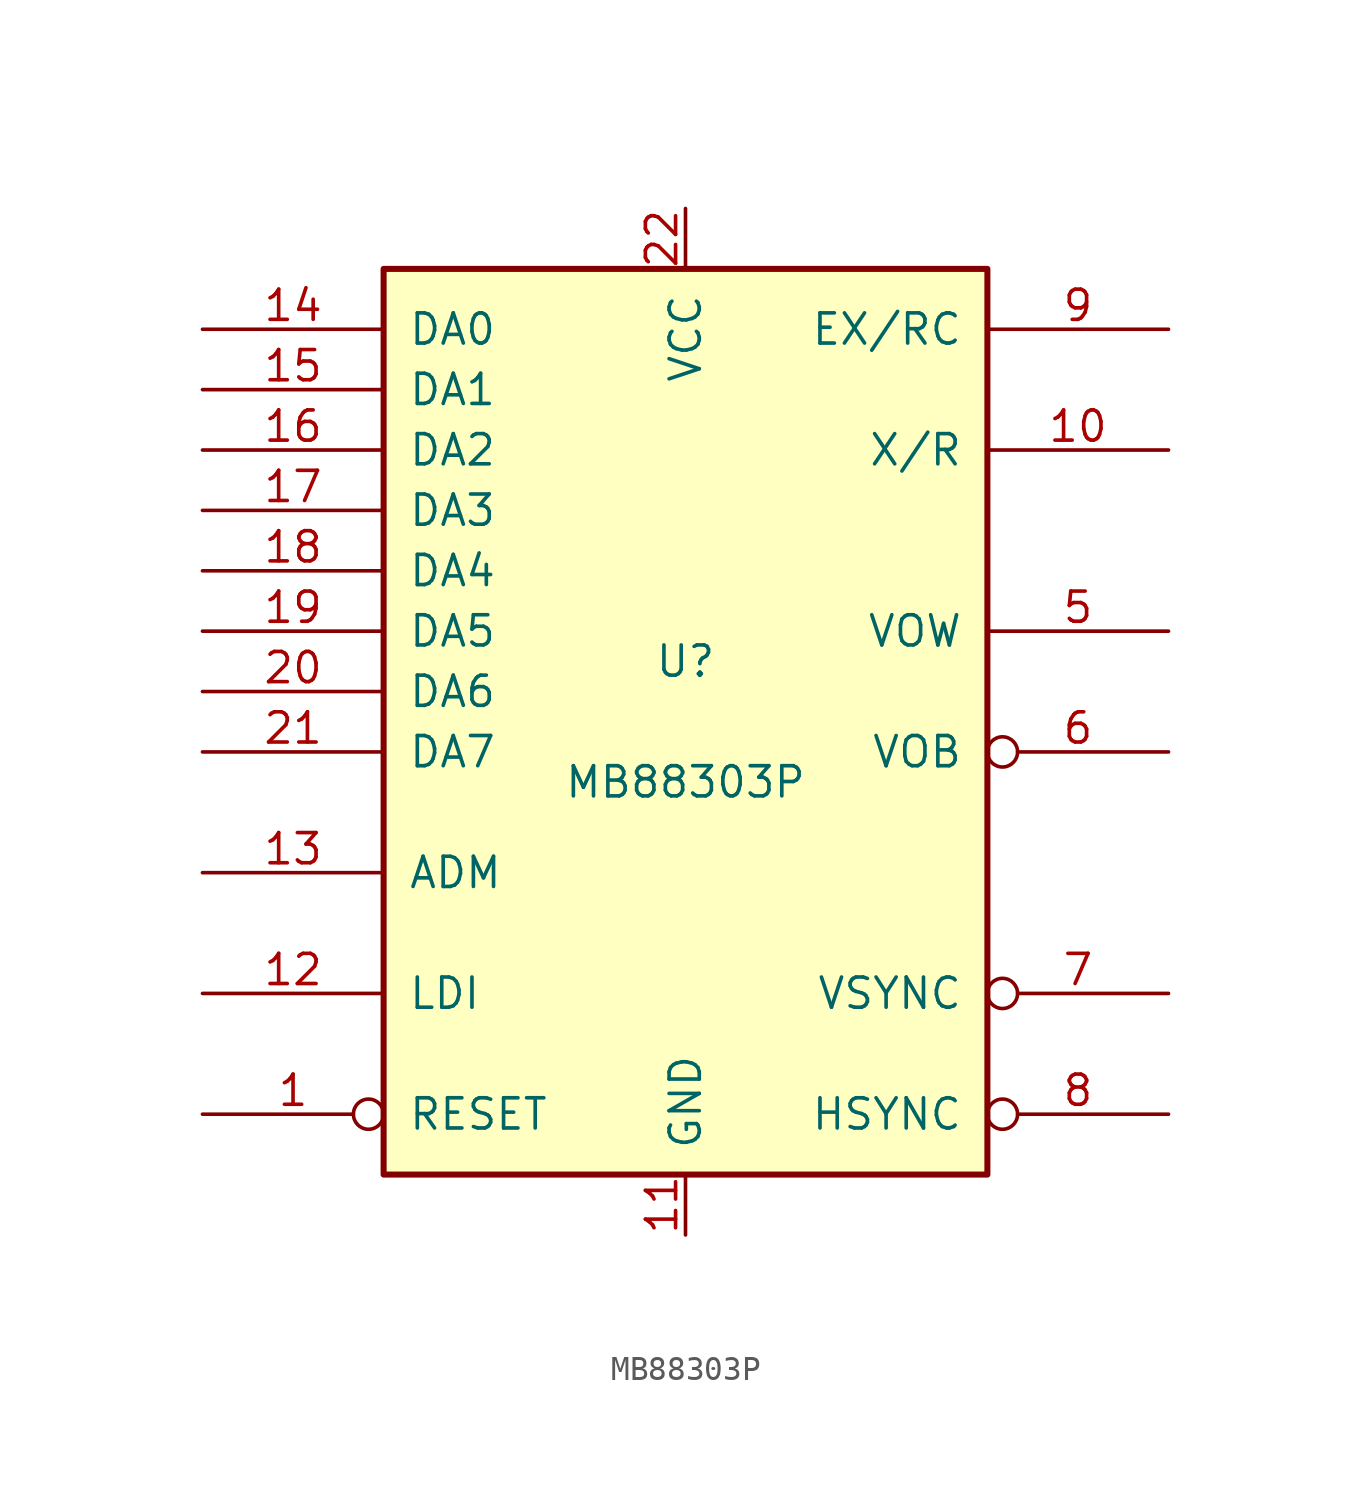
<source format=kicad_sym>
(kicad_symbol_lib
  (version 20211014)
  (generator kicad_symbol_editor)
  (symbol "MB88303P"
    (pin_names
      (offset 1.016))
    (property "Reference" "U"
      (at 0 2.54 0)
      (effects (font (size 1.27 1.27))))
    (property "Value" "MB88303P"
      (at 0 -2.54 0)
      (effects (font (size 1.27 1.27))))
    (symbol "MB88303P_0_1"
      (rectangle (start -12.7 -19.05) (end 12.7 19.05) (stroke (width 0.254) (type default) (color 0 0 0 0)) (fill (type background))))
    (symbol "MB88303P_1_1"
      (pin input inverted (at -20.32 -16.51 0) (length 7.62) (name "RESET" (effects (font (size 1.27 1.27)))) (number "1" (effects (font (size 1.27 1.27)))))
      (pin output line (at 20.32 11.43 180) (length 7.62) (name "X/R" (effects (font (size 1.27 1.27)))) (number "10" (effects (font (size 1.27 1.27)))))
      (pin power_in line (at 0 -21.59 90) (length 2.54) (name "GND" (effects (font (size 1.27 1.27)))) (number "11" (effects (font (size 1.27 1.27)))))
      (pin input line (at -20.32 -11.43 0) (length 7.62) (name "LDI" (effects (font (size 1.27 1.27)))) (number "12" (effects (font (size 1.27 1.27)))))
      (pin input line (at -20.32 -6.35 0) (length 7.62) (name "ADM" (effects (font (size 1.27 1.27)))) (number "13" (effects (font (size 1.27 1.27)))))
      (pin input line (at -20.32 16.51 0) (length 7.62) (name "DA0" (effects (font (size 1.27 1.27)))) (number "14" (effects (font (size 1.27 1.27)))))
      (pin input line (at -20.32 13.97 0) (length 7.62) (name "DA1" (effects (font (size 1.27 1.27)))) (number "15" (effects (font (size 1.27 1.27)))))
      (pin input line (at -20.32 11.43 0) (length 7.62) (name "DA2" (effects (font (size 1.27 1.27)))) (number "16" (effects (font (size 1.27 1.27)))))
      (pin input line (at -20.32 8.89 0) (length 7.62) (name "DA3" (effects (font (size 1.27 1.27)))) (number "17" (effects (font (size 1.27 1.27)))))
      (pin input line (at -20.32 6.35 0) (length 7.62) (name "DA4" (effects (font (size 1.27 1.27)))) (number "18" (effects (font (size 1.27 1.27)))))
      (pin input line (at -20.32 3.81 0) (length 7.62) (name "DA5" (effects (font (size 1.27 1.27)))) (number "19" (effects (font (size 1.27 1.27)))))
      (pin input line (at -20.32 1.27 0) (length 7.62) (name "DA6" (effects (font (size 1.27 1.27)))) (number "20" (effects (font (size 1.27 1.27)))))
      (pin input line (at -20.32 -1.27 0) (length 7.62) (name "DA7" (effects (font (size 1.27 1.27)))) (number "21" (effects (font (size 1.27 1.27)))))
      (pin power_in line (at 0 21.59 270) (length 2.54) (name "VCC" (effects (font (size 1.27 1.27)))) (number "22" (effects (font (size 1.27 1.27)))))
      (pin output line (at 20.32 3.81 180) (length 7.62) (name "VOW" (effects (font (size 1.27 1.27)))) (number "5" (effects (font (size 1.27 1.27)))))
      (pin output inverted (at 20.32 -1.27 180) (length 7.62) (name "VOB" (effects (font (size 1.27 1.27)))) (number "6" (effects (font (size 1.27 1.27)))))
      (pin input inverted (at 20.32 -11.43 180) (length 7.62) (name "VSYNC" (effects (font (size 1.27 1.27)))) (number "7" (effects (font (size 1.27 1.27)))))
      (pin input inverted (at 20.32 -16.51 180) (length 7.62) (name "HSYNC" (effects (font (size 1.27 1.27)))) (number "8" (effects (font (size 1.27 1.27)))))
      (pin input line (at 20.32 16.51 180) (length 7.62) (name "EX/RC" (effects (font (size 1.27 1.27)))) (number "9" (effects (font (size 1.27 1.27))))))))
</source>
